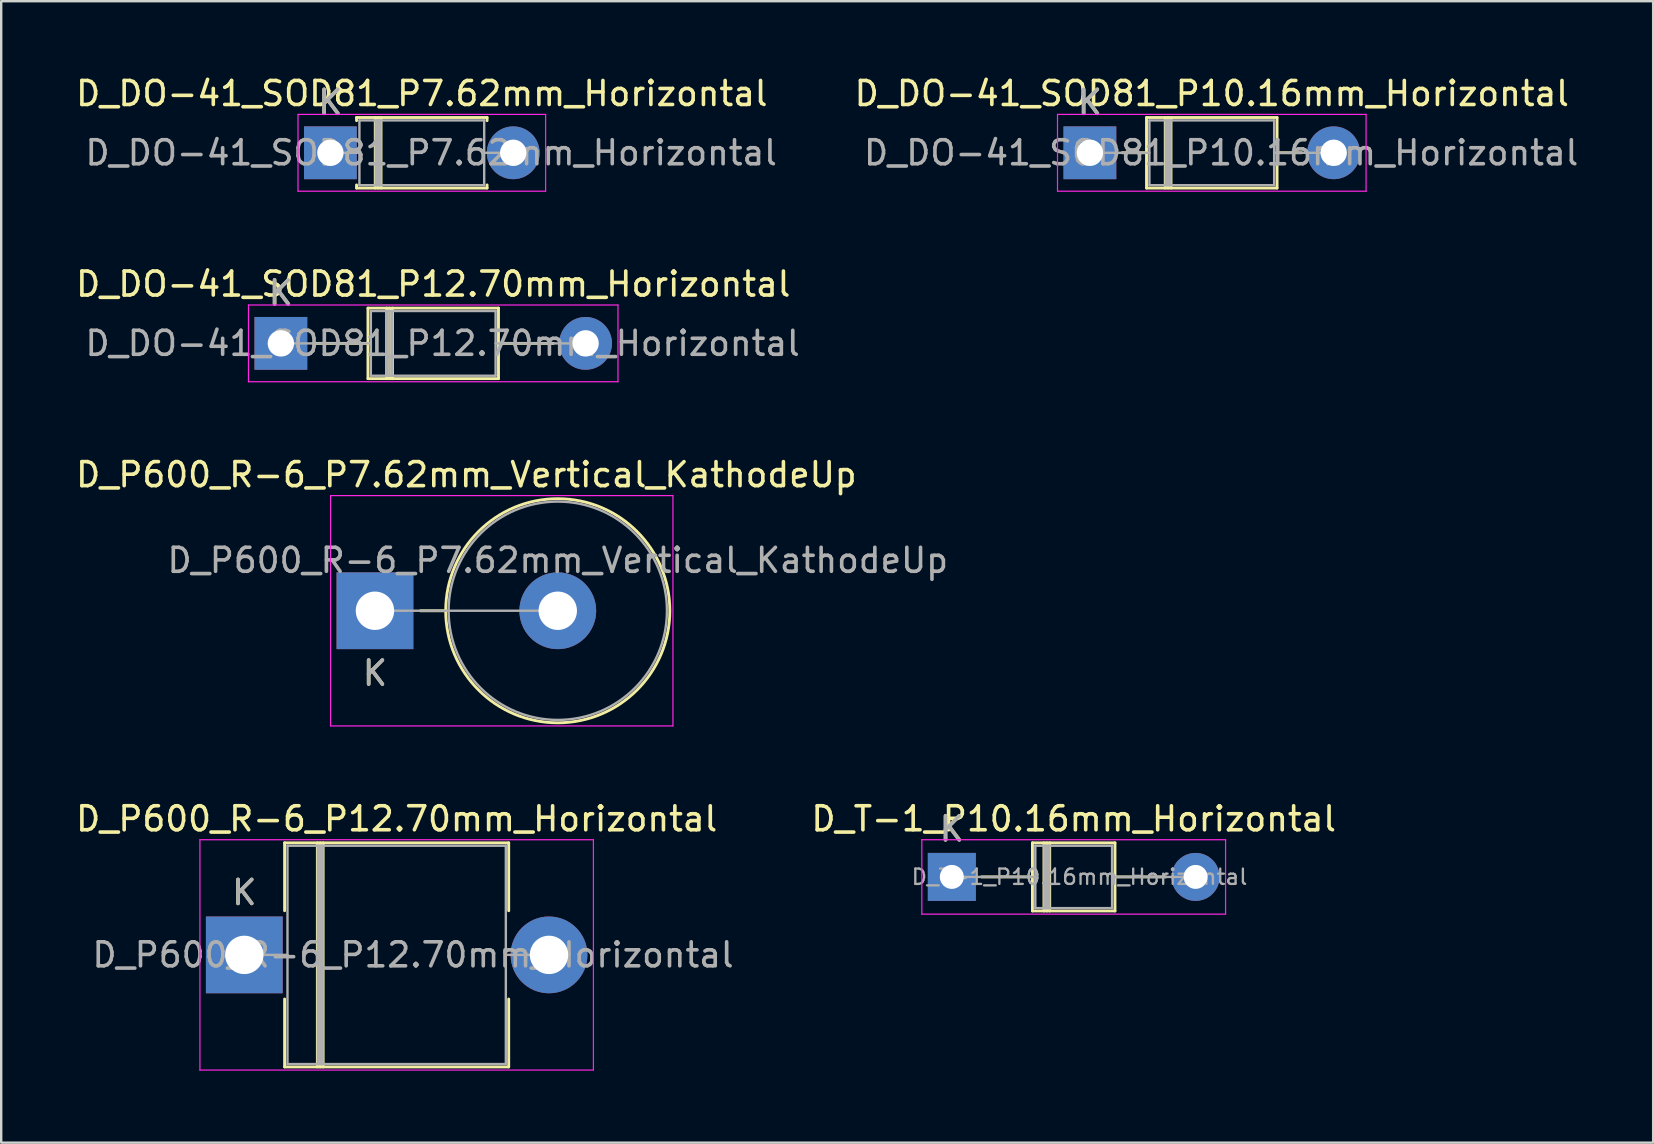
<source format=kicad_pcb>
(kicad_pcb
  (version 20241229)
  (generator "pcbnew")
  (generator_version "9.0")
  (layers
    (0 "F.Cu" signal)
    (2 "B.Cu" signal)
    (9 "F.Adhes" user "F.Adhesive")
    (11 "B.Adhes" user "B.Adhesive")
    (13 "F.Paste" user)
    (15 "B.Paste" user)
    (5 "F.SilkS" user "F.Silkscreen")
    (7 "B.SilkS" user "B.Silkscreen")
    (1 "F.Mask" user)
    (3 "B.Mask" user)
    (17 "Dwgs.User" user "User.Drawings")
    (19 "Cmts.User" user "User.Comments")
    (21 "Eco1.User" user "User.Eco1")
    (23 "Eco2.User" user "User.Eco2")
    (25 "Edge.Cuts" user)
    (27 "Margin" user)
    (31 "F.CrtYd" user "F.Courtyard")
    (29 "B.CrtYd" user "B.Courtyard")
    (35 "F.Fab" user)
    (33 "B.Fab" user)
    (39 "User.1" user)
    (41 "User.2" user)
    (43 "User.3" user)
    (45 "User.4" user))
  (footprint "D_DO-41_SOD81_P7.62mm_Horizontal"
    (layer "F.Cu")
    (at 10.72 3.318)
    (property "Reference" "D_DO-41_SOD81_P7.62mm_Horizontal" (at 3.81 -2.47 0) (layer "F.SilkS") (effects (font (size 1 1) (thickness 0.15))))
    (attr through_hole)
    (fp_line (start 1.09 -1.47) (end 6.53 -1.47) (stroke (width 0.12) (type solid)) (layer "F.SilkS"))
    (fp_line (start 1.09 -1.34) (end 1.09 -1.47) (stroke (width 0.12) (type solid)) (layer "F.SilkS"))
    (fp_line (start 1.09 1.34) (end 1.09 1.47) (stroke (width 0.12) (type solid)) (layer "F.SilkS"))
    (fp_line (start 1.09 1.47) (end 6.53 1.47) (stroke (width 0.12) (type solid)) (layer "F.SilkS"))
    (fp_line (start 1.87 -1.47) (end 1.87 1.47) (stroke (width 0.12) (type solid)) (layer "F.SilkS"))
    (fp_line (start 1.99 -1.47) (end 1.99 1.47) (stroke (width 0.12) (type solid)) (layer "F.SilkS"))
    (fp_line (start 2.11 -1.47) (end 2.11 1.47) (stroke (width 0.12) (type solid)) (layer "F.SilkS"))
    (fp_line (start 6.53 -1.47) (end 6.53 -1.34) (stroke (width 0.12) (type solid)) (layer "F.SilkS"))
    (fp_line (start 6.53 1.47) (end 6.53 1.34) (stroke (width 0.12) (type solid)) (layer "F.SilkS"))
    (fp_line (start -1.35 -1.6) (end -1.35 1.6) (stroke (width 0.05) (type solid)) (layer "F.CrtYd"))
    (fp_line (start -1.35 1.6) (end 8.97 1.6) (stroke (width 0.05) (type solid)) (layer "F.CrtYd"))
    (fp_line (start 8.97 -1.6) (end -1.35 -1.6) (stroke (width 0.05) (type solid)) (layer "F.CrtYd"))
    (fp_line (start 8.97 1.6) (end 8.97 -1.6) (stroke (width 0.05) (type solid)) (layer "F.CrtYd"))
    (fp_line (start 0 0) (end 1.21 0) (stroke (width 0.1) (type solid)) (layer "F.Fab"))
    (fp_line (start 1.21 -1.35) (end 1.21 1.35) (stroke (width 0.1) (type solid)) (layer "F.Fab"))
    (fp_line (start 1.21 1.35) (end 6.41 1.35) (stroke (width 0.1) (type solid)) (layer "F.Fab"))
    (fp_line (start 1.89 -1.35) (end 1.89 1.35) (stroke (width 0.1) (type solid)) (layer "F.Fab"))
    (fp_line (start 1.99 -1.35) (end 1.99 1.35) (stroke (width 0.1) (type solid)) (layer "F.Fab"))
    (fp_line (start 2.09 -1.35) (end 2.09 1.35) (stroke (width 0.1) (type solid)) (layer "F.Fab"))
    (fp_line (start 6.41 -1.35) (end 1.21 -1.35) (stroke (width 0.1) (type solid)) (layer "F.Fab"))
    (fp_line (start 6.41 1.35) (end 6.41 -1.35) (stroke (width 0.1) (type solid)) (layer "F.Fab"))
    (fp_line (start 7.62 0) (end 6.41 0) (stroke (width 0.1) (type solid)) (layer "F.Fab"))
    (fp_text user "K" (at 0 -2.1 0) (layer "F.SilkS") (effects (font (size 1 1) (thickness 0.15))))
    (fp_text user "K" (at 0 -2.1 0) (layer "F.Fab") (effects (font (size 1 1) (thickness 0.15))))
    (fp_text user "${REFERENCE}" (at 4.2 0 0) (layer "F.Fab") (effects (font (size 1 1) (thickness 0.15))))
    (pad "1" thru_hole rect (at 0 0) (size 2.2 2.2) (drill 1.1) (layers "*.Cu" "*.Mask"))
    (pad "2" thru_hole oval (at 7.62 0) (size 2.2 2.2) (drill 1.1) (layers "*.Cu" "*.Mask")))
  (footprint "D_P600_R-6_P12.70mm_Horizontal"
    (layer "F.Cu")
    (at 7.132 36.748)
    (property "Reference" "D_P600_R-6_P12.70mm_Horizontal" (at 6.35 -5.67 0) (layer "F.SilkS") (effects (font (size 1 1) (thickness 0.15))))
    (attr through_hole)
    (fp_line (start 1.68 -4.67) (end 11.02 -4.67) (stroke (width 0.12) (type solid)) (layer "F.SilkS"))
    (fp_line (start 1.68 -1.84) (end 1.68 -4.67) (stroke (width 0.12) (type solid)) (layer "F.SilkS"))
    (fp_line (start 1.68 1.84) (end 1.68 4.67) (stroke (width 0.12) (type solid)) (layer "F.SilkS"))
    (fp_line (start 1.68 4.67) (end 11.02 4.67) (stroke (width 0.12) (type solid)) (layer "F.SilkS"))
    (fp_line (start 3.045 -4.67) (end 3.045 4.67) (stroke (width 0.12) (type solid)) (layer "F.SilkS"))
    (fp_line (start 3.165 -4.67) (end 3.165 4.67) (stroke (width 0.12) (type solid)) (layer "F.SilkS"))
    (fp_line (start 3.285 -4.67) (end 3.285 4.67) (stroke (width 0.12) (type solid)) (layer "F.SilkS"))
    (fp_line (start 11.02 -4.67) (end 11.02 -1.84) (stroke (width 0.12) (type solid)) (layer "F.SilkS"))
    (fp_line (start 11.02 4.67) (end 11.02 1.84) (stroke (width 0.12) (type solid)) (layer "F.SilkS"))
    (fp_line (start -1.85 -4.8) (end -1.85 4.8) (stroke (width 0.05) (type solid)) (layer "F.CrtYd"))
    (fp_line (start -1.85 4.8) (end 14.55 4.8) (stroke (width 0.05) (type solid)) (layer "F.CrtYd"))
    (fp_line (start 14.55 -4.8) (end -1.85 -4.8) (stroke (width 0.05) (type solid)) (layer "F.CrtYd"))
    (fp_line (start 14.55 4.8) (end 14.55 -4.8) (stroke (width 0.05) (type solid)) (layer "F.CrtYd"))
    (fp_line (start 0 0) (end 1.8 0) (stroke (width 0.1) (type solid)) (layer "F.Fab"))
    (fp_line (start 1.8 -4.55) (end 1.8 4.55) (stroke (width 0.1) (type solid)) (layer "F.Fab"))
    (fp_line (start 1.8 4.55) (end 10.9 4.55) (stroke (width 0.1) (type solid)) (layer "F.Fab"))
    (fp_line (start 3.065 -4.55) (end 3.065 4.55) (stroke (width 0.1) (type solid)) (layer "F.Fab"))
    (fp_line (start 3.165 -4.55) (end 3.165 4.55) (stroke (width 0.1) (type solid)) (layer "F.Fab"))
    (fp_line (start 3.265 -4.55) (end 3.265 4.55) (stroke (width 0.1) (type solid)) (layer "F.Fab"))
    (fp_line (start 10.9 -4.55) (end 1.8 -4.55) (stroke (width 0.1) (type solid)) (layer "F.Fab"))
    (fp_line (start 10.9 4.55) (end 10.9 -4.55) (stroke (width 0.1) (type solid)) (layer "F.Fab"))
    (fp_line (start 12.7 0) (end 10.9 0) (stroke (width 0.1) (type solid)) (layer "F.Fab"))
    (fp_text user "K" (at 0 -2.6 0) (layer "F.SilkS") (effects (font (size 1 1) (thickness 0.15))))
    (fp_text user "K" (at 0 -2.6 0) (layer "F.Fab") (effects (font (size 1 1) (thickness 0.15))))
    (fp_text user "${REFERENCE}" (at 7.032 0 0) (layer "F.Fab") (effects (font (size 1 1) (thickness 0.15))))
    (pad "1" thru_hole rect (at 0 0) (size 3.2 3.2) (drill 1.6) (layers "*.Cu" "*.Mask"))
    (pad "2" thru_hole oval (at 12.7 0) (size 3.2 3.2) (drill 1.6) (layers "*.Cu" "*.Mask")))
  (footprint "D_DO-41_SOD81_P10.16mm_Horizontal"
    (layer "F.Cu")
    (at 42.375 3.318)
    (property "Reference" "D_DO-41_SOD81_P10.16mm_Horizontal" (at 5.08 -2.47 0) (layer "F.SilkS") (effects (font (size 1 1) (thickness 0.15))))
    (attr through_hole)
    (fp_line (start 1.34 0) (end 2.36 0) (stroke (width 0.12) (type solid)) (layer "F.SilkS"))
    (fp_line (start 2.36 -1.47) (end 2.36 1.47) (stroke (width 0.12) (type solid)) (layer "F.SilkS"))
    (fp_line (start 2.36 1.47) (end 7.8 1.47) (stroke (width 0.12) (type solid)) (layer "F.SilkS"))
    (fp_line (start 3.14 -1.47) (end 3.14 1.47) (stroke (width 0.12) (type solid)) (layer "F.SilkS"))
    (fp_line (start 3.26 -1.47) (end 3.26 1.47) (stroke (width 0.12) (type solid)) (layer "F.SilkS"))
    (fp_line (start 3.38 -1.47) (end 3.38 1.47) (stroke (width 0.12) (type solid)) (layer "F.SilkS"))
    (fp_line (start 7.8 -1.47) (end 2.36 -1.47) (stroke (width 0.12) (type solid)) (layer "F.SilkS"))
    (fp_line (start 7.8 1.47) (end 7.8 -1.47) (stroke (width 0.12) (type solid)) (layer "F.SilkS"))
    (fp_line (start 8.82 0) (end 7.8 0) (stroke (width 0.12) (type solid)) (layer "F.SilkS"))
    (fp_line (start -1.35 -1.6) (end -1.35 1.6) (stroke (width 0.05) (type solid)) (layer "F.CrtYd"))
    (fp_line (start -1.35 1.6) (end 11.51 1.6) (stroke (width 0.05) (type solid)) (layer "F.CrtYd"))
    (fp_line (start 11.51 -1.6) (end -1.35 -1.6) (stroke (width 0.05) (type solid)) (layer "F.CrtYd"))
    (fp_line (start 11.51 1.6) (end 11.51 -1.6) (stroke (width 0.05) (type solid)) (layer "F.CrtYd"))
    (fp_line (start 0 0) (end 2.48 0) (stroke (width 0.1) (type solid)) (layer "F.Fab"))
    (fp_line (start 2.48 -1.35) (end 2.48 1.35) (stroke (width 0.1) (type solid)) (layer "F.Fab"))
    (fp_line (start 2.48 1.35) (end 7.68 1.35) (stroke (width 0.1) (type solid)) (layer "F.Fab"))
    (fp_line (start 3.16 -1.35) (end 3.16 1.35) (stroke (width 0.1) (type solid)) (layer "F.Fab"))
    (fp_line (start 3.26 -1.35) (end 3.26 1.35) (stroke (width 0.1) (type solid)) (layer "F.Fab"))
    (fp_line (start 3.36 -1.35) (end 3.36 1.35) (stroke (width 0.1) (type solid)) (layer "F.Fab"))
    (fp_line (start 7.68 -1.35) (end 2.48 -1.35) (stroke (width 0.1) (type solid)) (layer "F.Fab"))
    (fp_line (start 7.68 1.35) (end 7.68 -1.35) (stroke (width 0.1) (type solid)) (layer "F.Fab"))
    (fp_line (start 10.16 0) (end 7.68 0) (stroke (width 0.1) (type solid)) (layer "F.Fab"))
    (fp_text user "K" (at 0 -2.1 0) (layer "F.SilkS") (effects (font (size 1 1) (thickness 0.15))))
    (fp_text user "K" (at 0 -2.1 0) (layer "F.Fab") (effects (font (size 1 1) (thickness 0.15))))
    (fp_text user "${REFERENCE}" (at 5.47 0 0) (layer "F.Fab") (effects (font (size 1 1) (thickness 0.15))))
    (pad "1" thru_hole rect (at 0 0) (size 2.2 2.2) (drill 1.1) (layers "*.Cu" "*.Mask"))
    (pad "2" thru_hole oval (at 10.16 0) (size 2.2 2.2) (drill 1.1) (layers "*.Cu" "*.Mask")))
  (footprint "D_P600_R-6_P7.62mm_Vertical_KathodeUp"
    (layer "F.Cu")
    (at 12.577 22.405)
    (property "Reference" "D_P600_R-6_P7.62mm_Vertical_KathodeUp" (at 3.81 -5.67 0) (layer "F.SilkS") (effects (font (size 1 1) (thickness 0.15))))
    (attr through_hole)
    (fp_line (start 2.95 0) (end 1.9 0) (stroke (width 0.12) (type solid)) (layer "F.SilkS"))
    (fp_circle (center 7.62 0) (end 12.29 0) (stroke (width 0.12) (type solid)) (fill no) (layer "F.SilkS"))
    (fp_line (start -1.85 -4.8) (end -1.85 4.8) (stroke (width 0.05) (type solid)) (layer "F.CrtYd"))
    (fp_line (start -1.85 4.8) (end 12.42 4.8) (stroke (width 0.05) (type solid)) (layer "F.CrtYd"))
    (fp_line (start 12.42 -4.8) (end -1.85 -4.8) (stroke (width 0.05) (type solid)) (layer "F.CrtYd"))
    (fp_line (start 12.42 4.8) (end 12.42 -4.8) (stroke (width 0.05) (type solid)) (layer "F.CrtYd"))
    (fp_line (start 0 0) (end 7.62 0) (stroke (width 0.1) (type solid)) (layer "F.Fab"))
    (fp_circle (center 7.62 0) (end 12.17 0) (stroke (width 0.1) (type solid)) (fill no) (layer "F.Fab"))
    (fp_text user "K" (at 0 2.6 0) (layer "F.SilkS") (effects (font (size 1 1) (thickness 0.15))))
    (fp_text user "K" (at 0 2.6 0) (layer "F.Fab") (effects (font (size 1 1) (thickness 0.15))))
    (fp_text user "${REFERENCE}" (at 7.62 -2.1 0) (layer "F.Fab") (effects (font (size 1 1) (thickness 0.15))))
    (pad "1" thru_hole rect (at 0 0) (size 3.2 3.2) (drill 1.6) (layers "*.Cu" "*.Mask"))
    (pad "2" thru_hole oval (at 7.62 0) (size 3.2 3.2) (drill 1.6) (layers "*.Cu" "*.Mask")))
  (footprint "D_T-1_P10.16mm_Horizontal"
    (layer "F.Cu")
    (at 36.62 33.498)
    (property "Reference" "D_T-1_P10.16mm_Horizontal" (at 5.08 -2.42 0) (layer "F.SilkS") (effects (font (size 1 1) (thickness 0.15))))
    (attr through_hole)
    (fp_line (start 1.24 0) (end 3.36 0) (stroke (width 0.12) (type solid)) (layer "F.SilkS"))
    (fp_line (start 3.36 -1.42) (end 3.36 1.42) (stroke (width 0.12) (type solid)) (layer "F.SilkS"))
    (fp_line (start 3.36 1.42) (end 6.8 1.42) (stroke (width 0.12) (type solid)) (layer "F.SilkS"))
    (fp_line (start 3.84 -1.42) (end 3.84 1.42) (stroke (width 0.12) (type solid)) (layer "F.SilkS"))
    (fp_line (start 3.96 -1.42) (end 3.96 1.42) (stroke (width 0.12) (type solid)) (layer "F.SilkS"))
    (fp_line (start 4.08 -1.42) (end 4.08 1.42) (stroke (width 0.12) (type solid)) (layer "F.SilkS"))
    (fp_line (start 6.8 -1.42) (end 3.36 -1.42) (stroke (width 0.12) (type solid)) (layer "F.SilkS"))
    (fp_line (start 6.8 1.42) (end 6.8 -1.42) (stroke (width 0.12) (type solid)) (layer "F.SilkS"))
    (fp_line (start 8.92 0) (end 6.8 0) (stroke (width 0.12) (type solid)) (layer "F.SilkS"))
    (fp_line (start -1.25 -1.55) (end -1.25 1.55) (stroke (width 0.05) (type solid)) (layer "F.CrtYd"))
    (fp_line (start -1.25 1.55) (end 11.41 1.55) (stroke (width 0.05) (type solid)) (layer "F.CrtYd"))
    (fp_line (start 11.41 -1.55) (end -1.25 -1.55) (stroke (width 0.05) (type solid)) (layer "F.CrtYd"))
    (fp_line (start 11.41 1.55) (end 11.41 -1.55) (stroke (width 0.05) (type solid)) (layer "F.CrtYd"))
    (fp_line (start 0 0) (end 3.48 0) (stroke (width 0.1) (type solid)) (layer "F.Fab"))
    (fp_line (start 3.48 -1.3) (end 3.48 1.3) (stroke (width 0.1) (type solid)) (layer "F.Fab"))
    (fp_line (start 3.48 1.3) (end 6.68 1.3) (stroke (width 0.1) (type solid)) (layer "F.Fab"))
    (fp_line (start 3.86 -1.3) (end 3.86 1.3) (stroke (width 0.1) (type solid)) (layer "F.Fab"))
    (fp_line (start 3.96 -1.3) (end 3.96 1.3) (stroke (width 0.1) (type solid)) (layer "F.Fab"))
    (fp_line (start 4.06 -1.3) (end 4.06 1.3) (stroke (width 0.1) (type solid)) (layer "F.Fab"))
    (fp_line (start 6.68 -1.3) (end 3.48 -1.3) (stroke (width 0.1) (type solid)) (layer "F.Fab"))
    (fp_line (start 6.68 1.3) (end 6.68 -1.3) (stroke (width 0.1) (type solid)) (layer "F.Fab"))
    (fp_line (start 10.16 0) (end 6.68 0) (stroke (width 0.1) (type solid)) (layer "F.Fab"))
    (fp_text user "K" (at 0 -2 0) (layer "F.SilkS") (effects (font (size 1 1) (thickness 0.15))))
    (fp_text user "${REFERENCE}" (at 5.32 0 0) (layer "F.Fab") (effects (font (size 0.64 0.64) (thickness 0.096))))
    (fp_text user "K" (at 0 -2 0) (layer "F.Fab") (effects (font (size 1 1) (thickness 0.15))))
    (pad "1" thru_hole rect (at 0 0) (size 2 2) (drill 1) (layers "*.Cu" "*.Mask"))
    (pad "2" thru_hole oval (at 10.16 0) (size 2 2) (drill 1) (layers "*.Cu" "*.Mask")))
  (footprint "D_DO-41_SOD81_P12.70mm_Horizontal"
    (layer "F.Cu")
    (at 8.656 11.261)
    (property "Reference" "D_DO-41_SOD81_P12.70mm_Horizontal" (at 6.35 -2.47 0) (layer "F.SilkS") (effects (font (size 1 1) (thickness 0.15))))
    (attr through_hole)
    (fp_line (start 1.34 0) (end 3.63 0) (stroke (width 0.12) (type solid)) (layer "F.SilkS"))
    (fp_line (start 3.63 -1.47) (end 3.63 1.47) (stroke (width 0.12) (type solid)) (layer "F.SilkS"))
    (fp_line (start 3.63 1.47) (end 9.07 1.47) (stroke (width 0.12) (type solid)) (layer "F.SilkS"))
    (fp_line (start 4.41 -1.47) (end 4.41 1.47) (stroke (width 0.12) (type solid)) (layer "F.SilkS"))
    (fp_line (start 4.53 -1.47) (end 4.53 1.47) (stroke (width 0.12) (type solid)) (layer "F.SilkS"))
    (fp_line (start 4.65 -1.47) (end 4.65 1.47) (stroke (width 0.12) (type solid)) (layer "F.SilkS"))
    (fp_line (start 9.07 -1.47) (end 3.63 -1.47) (stroke (width 0.12) (type solid)) (layer "F.SilkS"))
    (fp_line (start 9.07 1.47) (end 9.07 -1.47) (stroke (width 0.12) (type solid)) (layer "F.SilkS"))
    (fp_line (start 11.36 0) (end 9.07 0) (stroke (width 0.12) (type solid)) (layer "F.SilkS"))
    (fp_line (start -1.35 -1.6) (end -1.35 1.6) (stroke (width 0.05) (type solid)) (layer "F.CrtYd"))
    (fp_line (start -1.35 1.6) (end 14.05 1.6) (stroke (width 0.05) (type solid)) (layer "F.CrtYd"))
    (fp_line (start 14.05 -1.6) (end -1.35 -1.6) (stroke (width 0.05) (type solid)) (layer "F.CrtYd"))
    (fp_line (start 14.05 1.6) (end 14.05 -1.6) (stroke (width 0.05) (type solid)) (layer "F.CrtYd"))
    (fp_line (start 0 0) (end 3.75 0) (stroke (width 0.1) (type solid)) (layer "F.Fab"))
    (fp_line (start 3.75 -1.35) (end 3.75 1.35) (stroke (width 0.1) (type solid)) (layer "F.Fab"))
    (fp_line (start 3.75 1.35) (end 8.95 1.35) (stroke (width 0.1) (type solid)) (layer "F.Fab"))
    (fp_line (start 4.43 -1.35) (end 4.43 1.35) (stroke (width 0.1) (type solid)) (layer "F.Fab"))
    (fp_line (start 4.53 -1.35) (end 4.53 1.35) (stroke (width 0.1) (type solid)) (layer "F.Fab"))
    (fp_line (start 4.63 -1.35) (end 4.63 1.35) (stroke (width 0.1) (type solid)) (layer "F.Fab"))
    (fp_line (start 8.95 -1.35) (end 3.75 -1.35) (stroke (width 0.1) (type solid)) (layer "F.Fab"))
    (fp_line (start 8.95 1.35) (end 8.95 -1.35) (stroke (width 0.1) (type solid)) (layer "F.Fab"))
    (fp_line (start 12.7 0) (end 8.95 0) (stroke (width 0.1) (type solid)) (layer "F.Fab"))
    (fp_text user "K" (at 0 -2.1 0) (layer "F.SilkS") (effects (font (size 1 1) (thickness 0.15))))
    (fp_text user "K" (at 0 -2.1 0) (layer "F.Fab") (effects (font (size 1 1) (thickness 0.15))))
    (fp_text user "${REFERENCE}" (at 6.74 0 0) (layer "F.Fab") (effects (font (size 1 1) (thickness 0.15))))
    (pad "1" thru_hole rect (at 0 0) (size 2.2 2.2) (drill 1.1) (layers "*.Cu" "*.Mask"))
    (pad "2" thru_hole oval (at 12.7 0) (size 2.2 2.2) (drill 1.1) (layers "*.Cu" "*.Mask")))
  (gr_rect
    (start -3 -3)
    (end 65.851 44.573)
    (stroke (width 0.1) (type default))
    (fill no)
    (layer "Edge.Cuts")))
</source>
